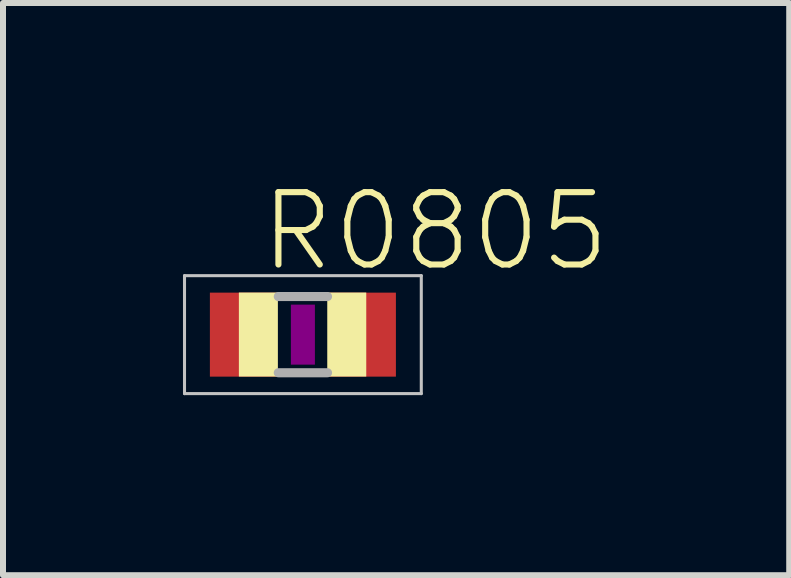
<source format=kicad_pcb>
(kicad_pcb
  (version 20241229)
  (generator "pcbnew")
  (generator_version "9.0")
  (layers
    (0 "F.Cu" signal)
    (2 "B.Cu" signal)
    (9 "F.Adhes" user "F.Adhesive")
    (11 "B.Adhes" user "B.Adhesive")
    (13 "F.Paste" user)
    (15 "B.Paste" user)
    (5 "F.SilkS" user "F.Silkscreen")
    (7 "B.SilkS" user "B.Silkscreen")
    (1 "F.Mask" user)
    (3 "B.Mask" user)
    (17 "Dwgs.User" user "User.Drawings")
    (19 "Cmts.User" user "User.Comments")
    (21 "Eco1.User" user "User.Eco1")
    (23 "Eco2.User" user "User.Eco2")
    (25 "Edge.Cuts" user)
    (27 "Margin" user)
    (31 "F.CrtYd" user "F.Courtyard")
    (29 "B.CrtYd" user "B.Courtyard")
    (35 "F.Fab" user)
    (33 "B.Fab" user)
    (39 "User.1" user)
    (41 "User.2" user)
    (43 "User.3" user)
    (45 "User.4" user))
  (footprint "R0805"
    (layer "F.Cu")
    (at 1.998 2.527)
    (property "Reference" "R0805" (at -0.762 -1.016 0) (layer "F.SilkS") (effects (font (size 1.206 1.206) (thickness 0.102)) (justify left bottom)))
    (attr through_hole)
    (fp_poly (pts (xy -1.067 0.699) (xy -0.417 0.699) (xy -0.417 -0.702) (xy -1.067 -0.702)) (stroke (width 0) (type solid)) (fill yes) (layer "F.SilkS"))
    (fp_poly (pts (xy 0.406 0.699) (xy 1.056 0.699) (xy 1.056 -0.702) (xy 0.406 -0.702)) (stroke (width 0) (type solid)) (fill yes) (layer "F.SilkS"))
    (fp_poly (pts (xy -0.2 0.5) (xy 0.2 0.5) (xy 0.2 -0.5) (xy -0.2 -0.5)) (stroke (width 0) (type solid)) (fill yes) (layer "F.Adhes"))
    (fp_line (start -1.973 -0.983) (end 1.973 -0.983) (stroke (width 0.051) (type solid)) (layer "Dwgs.User"))
    (fp_line (start -1.973 0.983) (end -1.973 -0.983) (stroke (width 0.051) (type solid)) (layer "Dwgs.User"))
    (fp_line (start 1.973 -0.983) (end 1.973 0.983) (stroke (width 0.051) (type solid)) (layer "Dwgs.User"))
    (fp_line (start 1.973 0.983) (end -1.973 0.983) (stroke (width 0.051) (type solid)) (layer "Dwgs.User"))
    (fp_line (start -0.41 -0.635) (end 0.41 -0.635) (stroke (width 0.152) (type solid)) (layer "F.Fab"))
    (fp_line (start -0.41 0.635) (end 0.41 0.635) (stroke (width 0.152) (type solid)) (layer "F.Fab"))
    (pad "1" smd rect (at -1 0) (size 1.1 1.4) (layers "F.Cu" "F.Mask" "F.Paste"))
    (pad "2" smd rect (at 1 0) (size 1.1 1.4) (layers "F.Cu" "F.Mask" "F.Paste")))
  (gr_rect
    (start -3 -3)
    (end 10.103 6.536)
    (stroke (width 0.1) (type default))
    (fill no)
    (layer "Edge.Cuts")))
</source>
